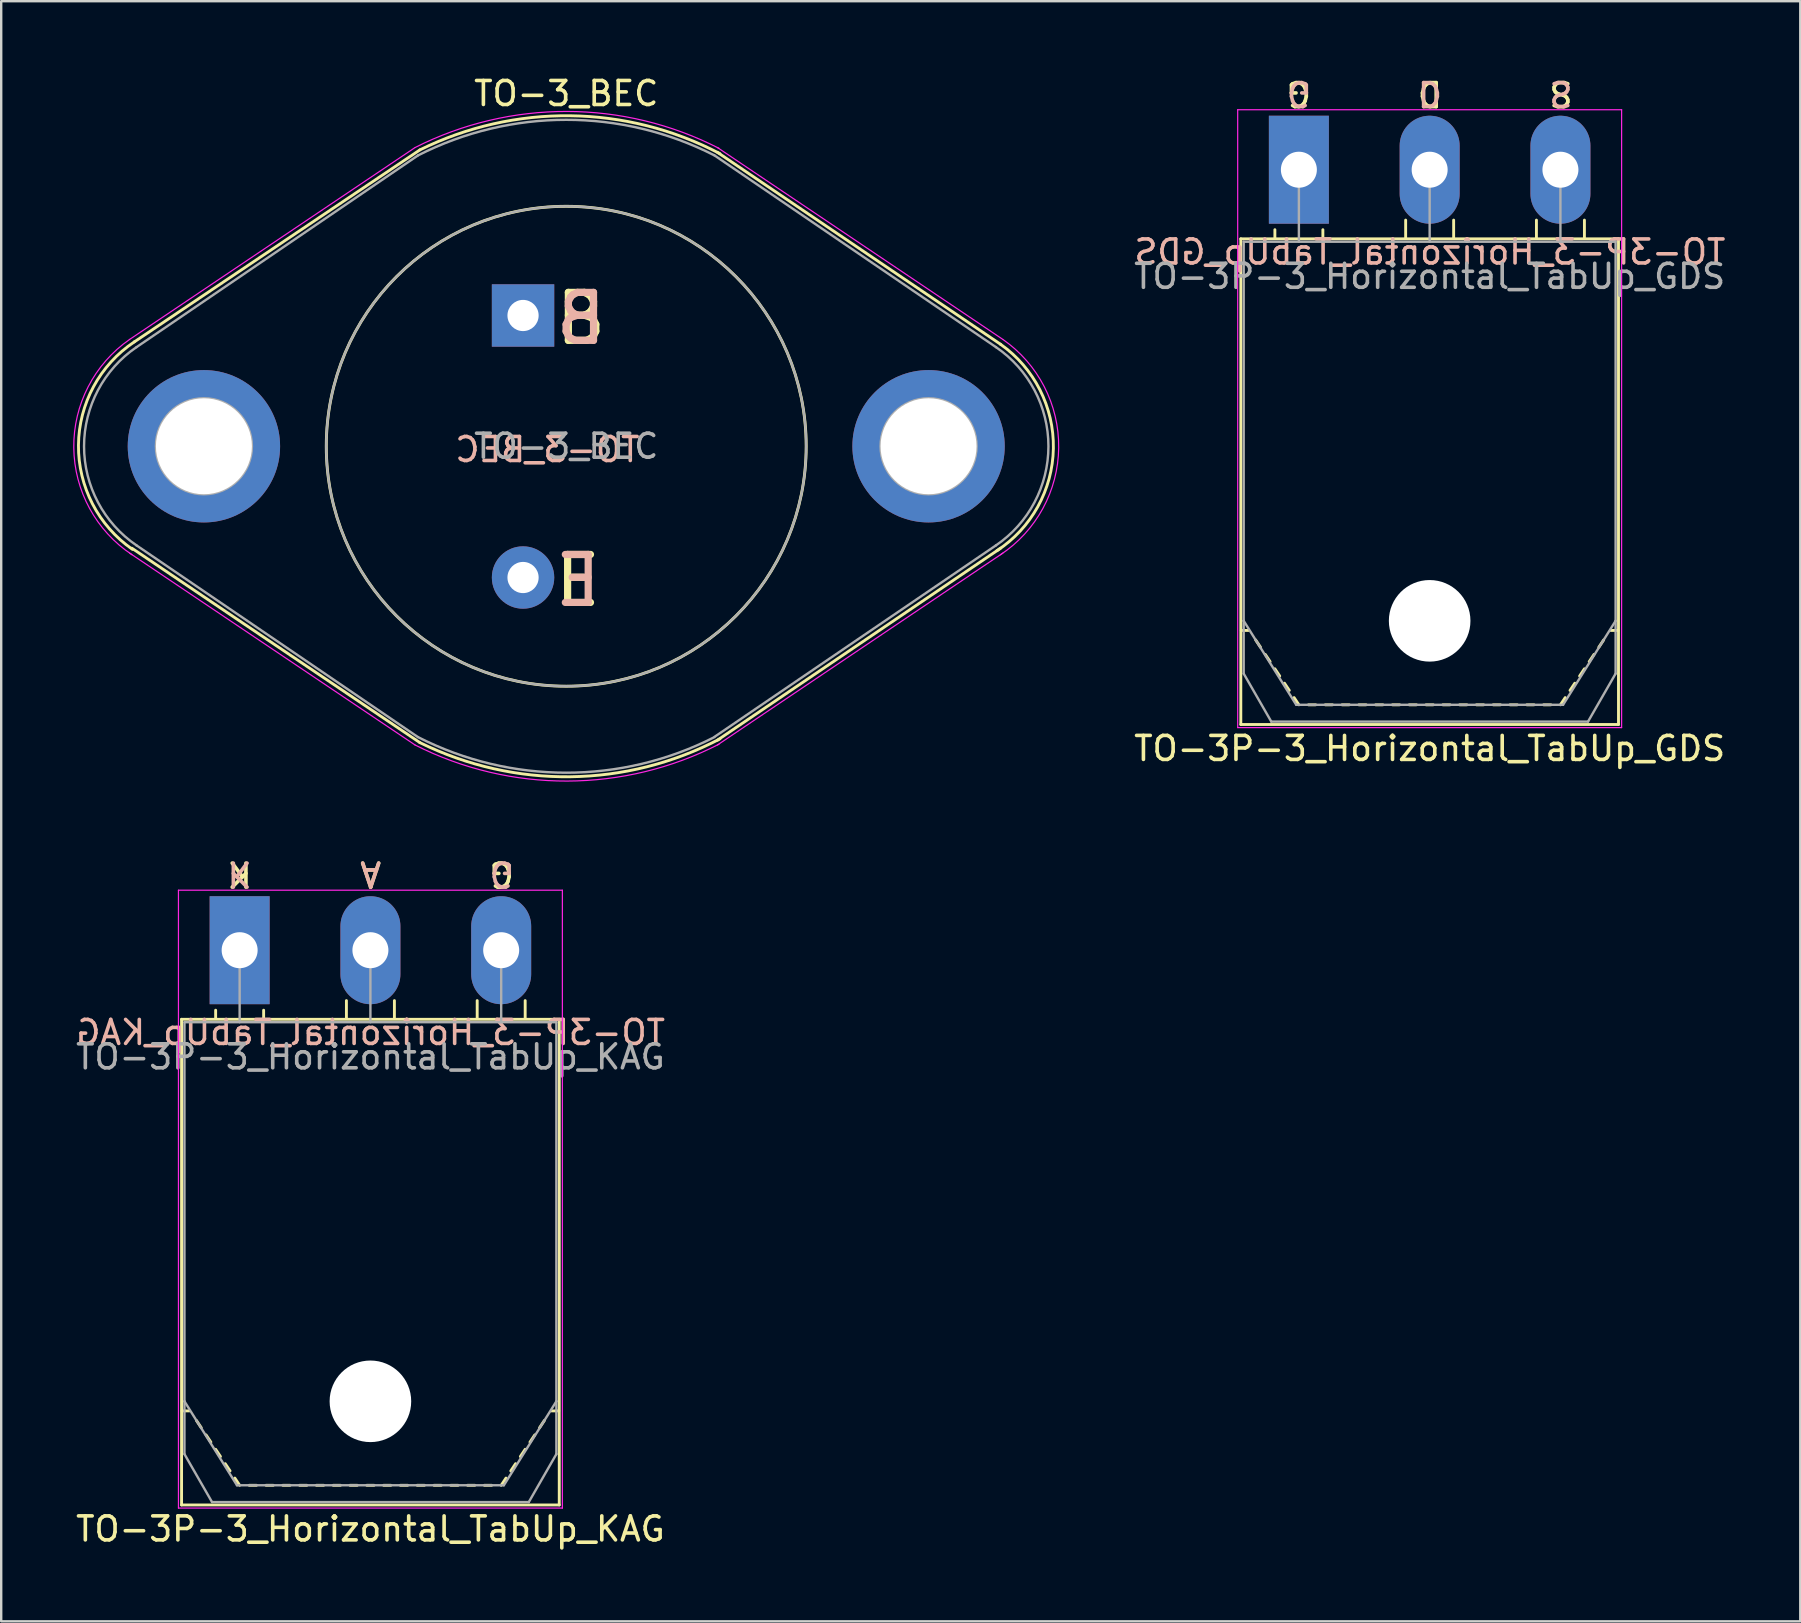
<source format=kicad_pcb>
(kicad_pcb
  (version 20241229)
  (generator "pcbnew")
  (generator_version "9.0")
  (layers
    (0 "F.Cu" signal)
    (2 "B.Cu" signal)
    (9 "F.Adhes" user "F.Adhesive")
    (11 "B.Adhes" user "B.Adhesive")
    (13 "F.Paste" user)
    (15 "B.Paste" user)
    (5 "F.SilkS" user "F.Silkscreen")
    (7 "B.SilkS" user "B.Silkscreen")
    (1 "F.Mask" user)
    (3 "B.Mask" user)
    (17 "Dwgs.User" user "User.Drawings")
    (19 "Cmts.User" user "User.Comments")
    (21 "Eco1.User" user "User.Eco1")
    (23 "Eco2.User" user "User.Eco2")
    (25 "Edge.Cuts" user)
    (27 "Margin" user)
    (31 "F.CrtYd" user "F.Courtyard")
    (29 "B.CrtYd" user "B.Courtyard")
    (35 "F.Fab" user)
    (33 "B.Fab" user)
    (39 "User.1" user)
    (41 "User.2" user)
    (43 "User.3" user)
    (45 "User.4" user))
  (footprint "TO-3_BEC"
    (layer "F.Cu")
    (at 18.748 10.098)
    (property "Reference" "TO-3_BEC" (at 1.8 -9.25 0) (layer "F.SilkS") (effects (font (size 1 1) (thickness 0.15))))
    (fp_line (start -4.3 -6.9) (end -16.2 1.1) (stroke (width 0.12) (type solid)) (layer "F.SilkS"))
    (fp_line (start -4.3 17.8) (end -16.3 9.7) (stroke (width 0.12) (type solid)) (layer "F.SilkS"))
    (fp_line (start 8.1 -6.8) (end 19.9 1.2) (stroke (width 0.12) (type solid)) (layer "F.SilkS"))
    (fp_line (start 8.1 17.7) (end 19.9 9.7) (stroke (width 0.12) (type solid)) (layer "F.SilkS"))
    (fp_arc (start -16.276967 9.747694) (mid -18.527843 5.403471) (end -16.2 1.1) (stroke (width 0.12) (type solid)) (layer "F.SilkS"))
    (fp_arc (start -4.3 -6.9) (mid 1.971643 -8.323273) (end 8.20587 -6.744152) (stroke (width 0.12) (type solid)) (layer "F.SilkS"))
    (fp_arc (start 8.20587 17.644152) (mid 1.971643 19.223273) (end -4.3 17.8) (stroke (width 0.12) (type solid)) (layer "F.SilkS"))
    (fp_arc (start 19.9 1.2) (mid 22.101343 5.542388) (end 19.747176 9.803859) (stroke (width 0.12) (type solid)) (layer "F.SilkS"))
    (fp_circle (center 1.8 5.45) (end 11.8 5.4) (stroke (width 0.12) (type solid)) (fill no) (layer "F.SilkS"))
    (fp_line (start -4.5 -7) (end -16.4 1) (stroke (width 0.05) (type solid)) (layer "F.CrtYd"))
    (fp_line (start -4.5 17.9) (end -16.4 9.9) (stroke (width 0.05) (type solid)) (layer "F.CrtYd"))
    (fp_line (start 8.1 -7) (end 20 1) (stroke (width 0.05) (type solid)) (layer "F.CrtYd"))
    (fp_line (start 8.1 17.9) (end 20 9.9) (stroke (width 0.05) (type solid)) (layer "F.CrtYd"))
    (fp_arc (start -16.296319 9.970461) (mid -18.722967 5.512679) (end -16.4 1) (stroke (width 0.05) (type solid)) (layer "F.CrtYd"))
    (fp_arc (start -4.5 -7) (mid 1.83884 -8.503171) (end 8.169214 -6.964733) (stroke (width 0.05) (type solid)) (layer "F.CrtYd"))
    (fp_arc (start 8.169214 17.864733) (mid 1.83884 19.403171) (end -4.5 17.9) (stroke (width 0.05) (type solid)) (layer "F.CrtYd"))
    (fp_arc (start 20 1) (mid 22.322967 5.512679) (end 19.896319 9.970461) (stroke (width 0.05) (type solid)) (layer "F.CrtYd"))
    (fp_line (start -4.38 -6.67) (end -16.11 1.32) (stroke (width 0.1) (type solid)) (layer "F.Fab"))
    (fp_line (start -4.38 17.57) (end -16.11 9.58) (stroke (width 0.1) (type solid)) (layer "F.Fab"))
    (fp_line (start 7.98 -6.67) (end 19.71 1.32) (stroke (width 0.1) (type solid)) (layer "F.Fab"))
    (fp_line (start 7.98 17.56) (end 19.71 9.58) (stroke (width 0.1) (type solid)) (layer "F.Fab"))
    (fp_arc (start -16.105547 9.583026) (mid -18.295297 5.452692) (end -16.11 1.32) (stroke (width 0.1) (type solid)) (layer "F.Fab"))
    (fp_arc (start -4.38 -6.67) (mid 1.795945 -8.15466) (end 7.972773 -6.673682) (stroke (width 0.1) (type solid)) (layer "F.Fab"))
    (fp_arc (start 7.972773 17.573682) (mid 1.795945 19.05466) (end -4.38 17.57) (stroke (width 0.1) (type solid)) (layer "F.Fab"))
    (fp_arc (start 19.71 1.32) (mid 21.895297 5.452692) (end 19.705547 9.583026) (stroke (width 0.1) (type solid)) (layer "F.Fab"))
    (fp_circle (center -13.3 5.45) (end -15.3 5.45) (stroke (width 0.1) (type solid)) (fill no) (layer "F.Fab"))
    (fp_circle (center 1.8 5.45) (end 11.8 5.45) (stroke (width 0.1) (type solid)) (fill no) (layer "F.Fab"))
    (fp_circle (center 16.9 5.45) (end 18.9 5.45) (stroke (width 0.1) (type solid)) (fill no) (layer "F.Fab"))
    (fp_text user "B" (at 2.413 0.127 0) (unlocked yes) (layer "F.SilkS") (effects (font (size 2 2) (thickness 0.3))))
    (fp_text user "E" (at 2.286 11.049 0) (unlocked yes) (layer "F.SilkS") (effects (font (size 2 2) (thickness 0.3))))
    (fp_text user "B" (at 2.413 0.127 0) (unlocked yes) (layer "B.SilkS") (effects (font (size 2 2) (thickness 0.3)) (justify mirror)))
    (fp_text user "E" (at 2.286 11.049 0) (unlocked yes) (layer "B.SilkS") (effects (font (size 2 2) (thickness 0.3)) (justify mirror)))
    (fp_text user "${REFERENCE}" (at 1.016 5.588 0) (layer "B.SilkS") (effects (font (size 1 1) (thickness 0.15)) (justify mirror)))
    (fp_text user "${REFERENCE}" (at 1.8 5.45 0) (layer "F.Fab") (effects (font (size 1 1) (thickness 0.15))))
    (pad "1" thru_hole rect (at 0 0) (size 2.6 2.6) (drill 1.3) (layers "*.Cu" "*.Mask"))
    (pad "2" thru_hole circle (at 0 10.92) (size 2.6 2.6) (drill 1.3) (layers "*.Cu" "*.Mask"))
    (pad "3" thru_hole circle (at -13.3 5.45) (size 6.35 6.35) (drill 4) (layers "*.Cu" "*.Mask"))
    (pad "3" thru_hole circle (at 16.9 5.45) (size 6.35 6.35) (drill 4) (layers "*.Cu" "*.Mask")))
  (footprint "TO-3P-3_Horizontal_TabUp_KAG"
    (layer "F.Cu")
    (at 6.937 36.55)
    (property "Reference" "TO-3P-3_Horizontal_TabUp_KAG" (at 5.45 24.12 0) (layer "F.SilkS") (effects (font (size 1 1) (thickness 0.15))))
    (fp_line (start -2.42 23.12) (end -2.42 2.88) (stroke (width 0.12) (type solid)) (layer "F.SilkS"))
    (fp_line (start -2.1 19.2) (end -2.4 19.2) (stroke (width 0.12) (type solid)) (layer "F.SilkS"))
    (fp_line (start -1.8 19.6) (end -1.6 19.9) (stroke (width 0.12) (type solid)) (layer "F.SilkS"))
    (fp_line (start -1.4 20.2) (end -1.2 20.5) (stroke (width 0.12) (type solid)) (layer "F.SilkS"))
    (fp_line (start -1 2.85) (end -1 2.5) (stroke (width 0.12) (type solid)) (layer "F.SilkS"))
    (fp_line (start -1 20.8) (end -0.8 21.1) (stroke (width 0.12) (type solid)) (layer "F.SilkS"))
    (fp_line (start -0.6 21.4) (end -0.4 21.7) (stroke (width 0.12) (type solid)) (layer "F.SilkS"))
    (fp_line (start -0.2 22) (end 0 22.3) (stroke (width 0.12) (type solid)) (layer "F.SilkS"))
    (fp_line (start 0.7 22.3) (end 0.4 22.3) (stroke (width 0.12) (type solid)) (layer "F.SilkS"))
    (fp_line (start 1 2.85) (end 1 2.5) (stroke (width 0.12) (type solid)) (layer "F.SilkS"))
    (fp_line (start 1.4 22.3) (end 1.1 22.3) (stroke (width 0.12) (type solid)) (layer "F.SilkS"))
    (fp_line (start 2.1 22.3) (end 1.8 22.3) (stroke (width 0.12) (type solid)) (layer "F.SilkS"))
    (fp_line (start 2.8 22.3) (end 2.5 22.3) (stroke (width 0.12) (type solid)) (layer "F.SilkS"))
    (fp_line (start 3.5 22.3) (end 3.2 22.3) (stroke (width 0.12) (type solid)) (layer "F.SilkS"))
    (fp_line (start 4.2 22.3) (end 3.9 22.3) (stroke (width 0.12) (type solid)) (layer "F.SilkS"))
    (fp_line (start 4.45 2.85) (end 4.45 2.1) (stroke (width 0.12) (type solid)) (layer "F.SilkS"))
    (fp_line (start 4.9 22.3) (end 4.6 22.3) (stroke (width 0.12) (type solid)) (layer "F.SilkS"))
    (fp_line (start 5.6 22.3) (end 5.3 22.3) (stroke (width 0.12) (type solid)) (layer "F.SilkS"))
    (fp_line (start 6.3 22.3) (end 6 22.3) (stroke (width 0.12) (type solid)) (layer "F.SilkS"))
    (fp_line (start 6.45 2.85) (end 6.45 2.1) (stroke (width 0.12) (type solid)) (layer "F.SilkS"))
    (fp_line (start 7 22.3) (end 6.7 22.3) (stroke (width 0.12) (type solid)) (layer "F.SilkS"))
    (fp_line (start 7.7 22.3) (end 7.4 22.3) (stroke (width 0.12) (type solid)) (layer "F.SilkS"))
    (fp_line (start 8.4 22.3) (end 8.1 22.3) (stroke (width 0.12) (type solid)) (layer "F.SilkS"))
    (fp_line (start 9.1 22.3) (end 8.8 22.3) (stroke (width 0.12) (type solid)) (layer "F.SilkS"))
    (fp_line (start 9.8 22.3) (end 9.5 22.3) (stroke (width 0.12) (type solid)) (layer "F.SilkS"))
    (fp_line (start 9.9 2.85) (end 9.9 2.1) (stroke (width 0.12) (type solid)) (layer "F.SilkS"))
    (fp_line (start 10.5 22.3) (end 10.2 22.3) (stroke (width 0.12) (type solid)) (layer "F.SilkS"))
    (fp_line (start 11.1 22) (end 10.9 22.3) (stroke (width 0.12) (type solid)) (layer "F.SilkS"))
    (fp_line (start 11.5 21.4) (end 11.3 21.7) (stroke (width 0.12) (type solid)) (layer "F.SilkS"))
    (fp_line (start 11.9 2.85) (end 11.9 2.1) (stroke (width 0.12) (type solid)) (layer "F.SilkS"))
    (fp_line (start 11.9 20.8) (end 11.7 21.1) (stroke (width 0.12) (type solid)) (layer "F.SilkS"))
    (fp_line (start 12.3 20.2) (end 12.1 20.5) (stroke (width 0.12) (type solid)) (layer "F.SilkS"))
    (fp_line (start 12.7 19.6) (end 12.5 19.9) (stroke (width 0.12) (type solid)) (layer "F.SilkS"))
    (fp_line (start 13 19.2) (end 13.3 19.2) (stroke (width 0.12) (type solid)) (layer "F.SilkS"))
    (fp_line (start 13.32 2.88) (end -2.42 2.88) (stroke (width 0.12) (type solid)) (layer "F.SilkS"))
    (fp_line (start 13.32 23.12) (end -2.42 23.12) (stroke (width 0.12) (type solid)) (layer "F.SilkS"))
    (fp_line (start 13.32 23.12) (end 13.32 2.88) (stroke (width 0.12) (type solid)) (layer "F.SilkS"))
    (fp_line (start -2.55 -2.5) (end -2.55 23.25) (stroke (width 0.05) (type solid)) (layer "F.CrtYd"))
    (fp_line (start -2.55 23.25) (end 13.45 23.25) (stroke (width 0.05) (type solid)) (layer "F.CrtYd"))
    (fp_line (start 13.45 -2.5) (end -2.55 -2.5) (stroke (width 0.05) (type solid)) (layer "F.CrtYd"))
    (fp_line (start 13.45 23.25) (end 13.45 -2.5) (stroke (width 0.05) (type solid)) (layer "F.CrtYd"))
    (fp_line (start -2.3 3) (end -2.3 18.8) (stroke (width 0.1) (type solid)) (layer "F.Fab"))
    (fp_line (start -2.3 18.8) (end -2.3 21) (stroke (width 0.1) (type solid)) (layer "F.Fab"))
    (fp_line (start -2.3 18.8) (end -0.11 22.3) (stroke (width 0.1) (type solid)) (layer "F.Fab"))
    (fp_line (start -2.3 21) (end -1.15 23) (stroke (width 0.1) (type solid)) (layer "F.Fab"))
    (fp_line (start -1.15 23) (end 12.05 23) (stroke (width 0.1) (type solid)) (layer "F.Fab"))
    (fp_line (start -0.11 22.3) (end 11.01 22.3) (stroke (width 0.1) (type solid)) (layer "F.Fab"))
    (fp_line (start 0 3) (end 0 0) (stroke (width 0.1) (type solid)) (layer "F.Fab"))
    (fp_line (start 5.45 3) (end 5.45 0) (stroke (width 0.1) (type solid)) (layer "F.Fab"))
    (fp_line (start 10.9 3) (end 10.9 0) (stroke (width 0.1) (type solid)) (layer "F.Fab"))
    (fp_line (start 11.01 22.3) (end 13.2 18.8) (stroke (width 0.1) (type solid)) (layer "F.Fab"))
    (fp_line (start 12.05 23) (end 13.2 21) (stroke (width 0.1) (type solid)) (layer "F.Fab"))
    (fp_line (start 13.2 3) (end -2.3 3) (stroke (width 0.1) (type solid)) (layer "F.Fab"))
    (fp_line (start 13.2 18.8) (end 13.2 3) (stroke (width 0.1) (type solid)) (layer "F.Fab"))
    (fp_line (start 13.2 21) (end 13.2 18.8) (stroke (width 0.1) (type solid)) (layer "F.Fab"))
    (fp_circle (center 5.45 18.8) (end 7.05 18.8) (stroke (width 0.1) (type solid)) (fill no) (layer "F.Fab"))
    (fp_text user "K" (at 0 -3.175 180) (unlocked yes) (layer "F.SilkS") (effects (font (size 1 1) (thickness 0.15))))
    (fp_text user "A" (at 5.461 -3.175 180) (unlocked yes) (layer "F.SilkS") (effects (font (size 1 1) (thickness 0.15))))
    (fp_text user "G" (at 10.922 -3.175 180) (unlocked yes) (layer "F.SilkS") (effects (font (size 1 1) (thickness 0.15))))
    (fp_text user "${REFERENCE}" (at 5.461 3.429 0) (layer "B.SilkS") (effects (font (size 1 1) (thickness 0.15)) (justify mirror)))
    (fp_text user "G" (at 10.922 -3.175 180) (unlocked yes) (layer "B.SilkS") (effects (font (size 1 1) (thickness 0.15)) (justify mirror)))
    (fp_text user "A" (at 5.461 -3.175 180) (unlocked yes) (layer "B.SilkS") (effects (font (size 1 1) (thickness 0.15)) (justify mirror)))
    (fp_text user "K" (at 0 -3.175 180) (unlocked yes) (layer "B.SilkS") (effects (font (size 1 1) (thickness 0.15)) (justify mirror)))
    (fp_text user "${REFERENCE}" (at 5.45 4.445 0) (layer "F.Fab") (effects (font (size 1 1) (thickness 0.15))))
    (pad "" np_thru_hole oval (at 5.45 18.8) (size 3.4 3.4) (drill 3.4) (layers "*.Cu" "*.Mask"))
    (pad "1" thru_hole rect (at 0 0) (size 2.5 4.5) (drill 1.5) (layers "*.Cu" "*.Mask"))
    (pad "2" thru_hole oval (at 5.45 0) (size 2.5 4.5) (drill 1.5) (layers "*.Cu" "*.Mask"))
    (pad "3" thru_hole oval (at 10.9 0) (size 2.5 4.5) (drill 1.5) (layers "*.Cu" "*.Mask")))
  (footprint "TO-3P-3_Horizontal_TabUp_GDS"
    (layer "F.Cu")
    (at 51.081 4.023)
    (property "Reference" "TO-3P-3_Horizontal_TabUp_GDS" (at 5.45 24.12 0) (layer "F.SilkS") (effects (font (size 1 1) (thickness 0.15))))
    (fp_line (start -2.42 23.12) (end -2.42 2.88) (stroke (width 0.12) (type solid)) (layer "F.SilkS"))
    (fp_line (start -2.1 19.2) (end -2.4 19.2) (stroke (width 0.12) (type solid)) (layer "F.SilkS"))
    (fp_line (start -1.8 19.6) (end -1.6 19.9) (stroke (width 0.12) (type solid)) (layer "F.SilkS"))
    (fp_line (start -1.4 20.2) (end -1.2 20.5) (stroke (width 0.12) (type solid)) (layer "F.SilkS"))
    (fp_line (start -1 2.85) (end -1 2.5) (stroke (width 0.12) (type solid)) (layer "F.SilkS"))
    (fp_line (start -1 20.8) (end -0.8 21.1) (stroke (width 0.12) (type solid)) (layer "F.SilkS"))
    (fp_line (start -0.6 21.4) (end -0.4 21.7) (stroke (width 0.12) (type solid)) (layer "F.SilkS"))
    (fp_line (start -0.2 22) (end 0 22.3) (stroke (width 0.12) (type solid)) (layer "F.SilkS"))
    (fp_line (start 0.7 22.3) (end 0.4 22.3) (stroke (width 0.12) (type solid)) (layer "F.SilkS"))
    (fp_line (start 1 2.85) (end 1 2.5) (stroke (width 0.12) (type solid)) (layer "F.SilkS"))
    (fp_line (start 1.4 22.3) (end 1.1 22.3) (stroke (width 0.12) (type solid)) (layer "F.SilkS"))
    (fp_line (start 2.1 22.3) (end 1.8 22.3) (stroke (width 0.12) (type solid)) (layer "F.SilkS"))
    (fp_line (start 2.8 22.3) (end 2.5 22.3) (stroke (width 0.12) (type solid)) (layer "F.SilkS"))
    (fp_line (start 3.5 22.3) (end 3.2 22.3) (stroke (width 0.12) (type solid)) (layer "F.SilkS"))
    (fp_line (start 4.2 22.3) (end 3.9 22.3) (stroke (width 0.12) (type solid)) (layer "F.SilkS"))
    (fp_line (start 4.45 2.85) (end 4.45 2.1) (stroke (width 0.12) (type solid)) (layer "F.SilkS"))
    (fp_line (start 4.9 22.3) (end 4.6 22.3) (stroke (width 0.12) (type solid)) (layer "F.SilkS"))
    (fp_line (start 5.6 22.3) (end 5.3 22.3) (stroke (width 0.12) (type solid)) (layer "F.SilkS"))
    (fp_line (start 6.3 22.3) (end 6 22.3) (stroke (width 0.12) (type solid)) (layer "F.SilkS"))
    (fp_line (start 6.45 2.85) (end 6.45 2.1) (stroke (width 0.12) (type solid)) (layer "F.SilkS"))
    (fp_line (start 7 22.3) (end 6.7 22.3) (stroke (width 0.12) (type solid)) (layer "F.SilkS"))
    (fp_line (start 7.7 22.3) (end 7.4 22.3) (stroke (width 0.12) (type solid)) (layer "F.SilkS"))
    (fp_line (start 8.4 22.3) (end 8.1 22.3) (stroke (width 0.12) (type solid)) (layer "F.SilkS"))
    (fp_line (start 9.1 22.3) (end 8.8 22.3) (stroke (width 0.12) (type solid)) (layer "F.SilkS"))
    (fp_line (start 9.8 22.3) (end 9.5 22.3) (stroke (width 0.12) (type solid)) (layer "F.SilkS"))
    (fp_line (start 9.9 2.85) (end 9.9 2.1) (stroke (width 0.12) (type solid)) (layer "F.SilkS"))
    (fp_line (start 10.5 22.3) (end 10.2 22.3) (stroke (width 0.12) (type solid)) (layer "F.SilkS"))
    (fp_line (start 11.1 22) (end 10.9 22.3) (stroke (width 0.12) (type solid)) (layer "F.SilkS"))
    (fp_line (start 11.5 21.4) (end 11.3 21.7) (stroke (width 0.12) (type solid)) (layer "F.SilkS"))
    (fp_line (start 11.9 2.85) (end 11.9 2.1) (stroke (width 0.12) (type solid)) (layer "F.SilkS"))
    (fp_line (start 11.9 20.8) (end 11.7 21.1) (stroke (width 0.12) (type solid)) (layer "F.SilkS"))
    (fp_line (start 12.3 20.2) (end 12.1 20.5) (stroke (width 0.12) (type solid)) (layer "F.SilkS"))
    (fp_line (start 12.7 19.6) (end 12.5 19.9) (stroke (width 0.12) (type solid)) (layer "F.SilkS"))
    (fp_line (start 13 19.2) (end 13.3 19.2) (stroke (width 0.12) (type solid)) (layer "F.SilkS"))
    (fp_line (start 13.32 2.88) (end -2.42 2.88) (stroke (width 0.12) (type solid)) (layer "F.SilkS"))
    (fp_line (start 13.32 23.12) (end -2.42 23.12) (stroke (width 0.12) (type solid)) (layer "F.SilkS"))
    (fp_line (start 13.32 23.12) (end 13.32 2.88) (stroke (width 0.12) (type solid)) (layer "F.SilkS"))
    (fp_line (start -2.55 -2.5) (end -2.55 23.25) (stroke (width 0.05) (type solid)) (layer "F.CrtYd"))
    (fp_line (start -2.55 23.25) (end 13.45 23.25) (stroke (width 0.05) (type solid)) (layer "F.CrtYd"))
    (fp_line (start 13.45 -2.5) (end -2.55 -2.5) (stroke (width 0.05) (type solid)) (layer "F.CrtYd"))
    (fp_line (start 13.45 23.25) (end 13.45 -2.5) (stroke (width 0.05) (type solid)) (layer "F.CrtYd"))
    (fp_line (start -2.3 3) (end -2.3 18.8) (stroke (width 0.1) (type solid)) (layer "F.Fab"))
    (fp_line (start -2.3 18.8) (end -2.3 21) (stroke (width 0.1) (type solid)) (layer "F.Fab"))
    (fp_line (start -2.3 18.8) (end -0.11 22.3) (stroke (width 0.1) (type solid)) (layer "F.Fab"))
    (fp_line (start -2.3 21) (end -1.15 23) (stroke (width 0.1) (type solid)) (layer "F.Fab"))
    (fp_line (start -1.15 23) (end 12.05 23) (stroke (width 0.1) (type solid)) (layer "F.Fab"))
    (fp_line (start -0.11 22.3) (end 11.01 22.3) (stroke (width 0.1) (type solid)) (layer "F.Fab"))
    (fp_line (start 0 3) (end 0 0) (stroke (width 0.1) (type solid)) (layer "F.Fab"))
    (fp_line (start 5.45 3) (end 5.45 0) (stroke (width 0.1) (type solid)) (layer "F.Fab"))
    (fp_line (start 10.9 3) (end 10.9 0) (stroke (width 0.1) (type solid)) (layer "F.Fab"))
    (fp_line (start 11.01 22.3) (end 13.2 18.8) (stroke (width 0.1) (type solid)) (layer "F.Fab"))
    (fp_line (start 12.05 23) (end 13.2 21) (stroke (width 0.1) (type solid)) (layer "F.Fab"))
    (fp_line (start 13.2 3) (end -2.3 3) (stroke (width 0.1) (type solid)) (layer "F.Fab"))
    (fp_line (start 13.2 18.8) (end 13.2 3) (stroke (width 0.1) (type solid)) (layer "F.Fab"))
    (fp_line (start 13.2 21) (end 13.2 18.8) (stroke (width 0.1) (type solid)) (layer "F.Fab"))
    (fp_circle (center 5.45 18.8) (end 7.05 18.8) (stroke (width 0.1) (type solid)) (fill no) (layer "F.Fab"))
    (fp_text user "S" (at 10.922 -3.175 180) (unlocked yes) (layer "F.SilkS") (effects (font (size 1 1) (thickness 0.15))))
    (fp_text user "G" (at 0 -3.175 180) (unlocked yes) (layer "F.SilkS") (effects (font (size 1 1) (thickness 0.15))))
    (fp_text user "D" (at 5.461 -3.175 180) (unlocked yes) (layer "F.SilkS") (effects (font (size 1 1) (thickness 0.15))))
    (fp_text user "G" (at 0 -3.175 180) (unlocked yes) (layer "B.SilkS") (effects (font (size 1 1) (thickness 0.15)) (justify mirror)))
    (fp_text user "${REFERENCE}" (at 5.461 3.429 0) (layer "B.SilkS") (effects (font (size 1 1) (thickness 0.15)) (justify mirror)))
    (fp_text user "D" (at 5.461 -3.175 180) (unlocked yes) (layer "B.SilkS") (effects (font (size 1 1) (thickness 0.15)) (justify mirror)))
    (fp_text user "S" (at 10.922 -3.175 180) (unlocked yes) (layer "B.SilkS") (effects (font (size 1 1) (thickness 0.15)) (justify mirror)))
    (fp_text user "${REFERENCE}" (at 5.45 4.445 0) (layer "F.Fab") (effects (font (size 1 1) (thickness 0.15))))
    (pad "" np_thru_hole oval (at 5.45 18.8) (size 3.4 3.4) (drill 3.4) (layers "*.Cu" "*.Mask"))
    (pad "1" thru_hole rect (at 0 0) (size 2.5 4.5) (drill 1.5) (layers "*.Cu" "*.Mask"))
    (pad "2" thru_hole oval (at 5.45 0) (size 2.5 4.5) (drill 1.5) (layers "*.Cu" "*.Mask"))
    (pad "3" thru_hole oval (at 10.9 0) (size 2.5 4.5) (drill 1.5) (layers "*.Cu" "*.Mask")))
  (gr_rect
    (start -3 -3)
    (end 71.977 64.518)
    (stroke (width 0.1) (type default))
    (fill no)
    (layer "Edge.Cuts")))
</source>
